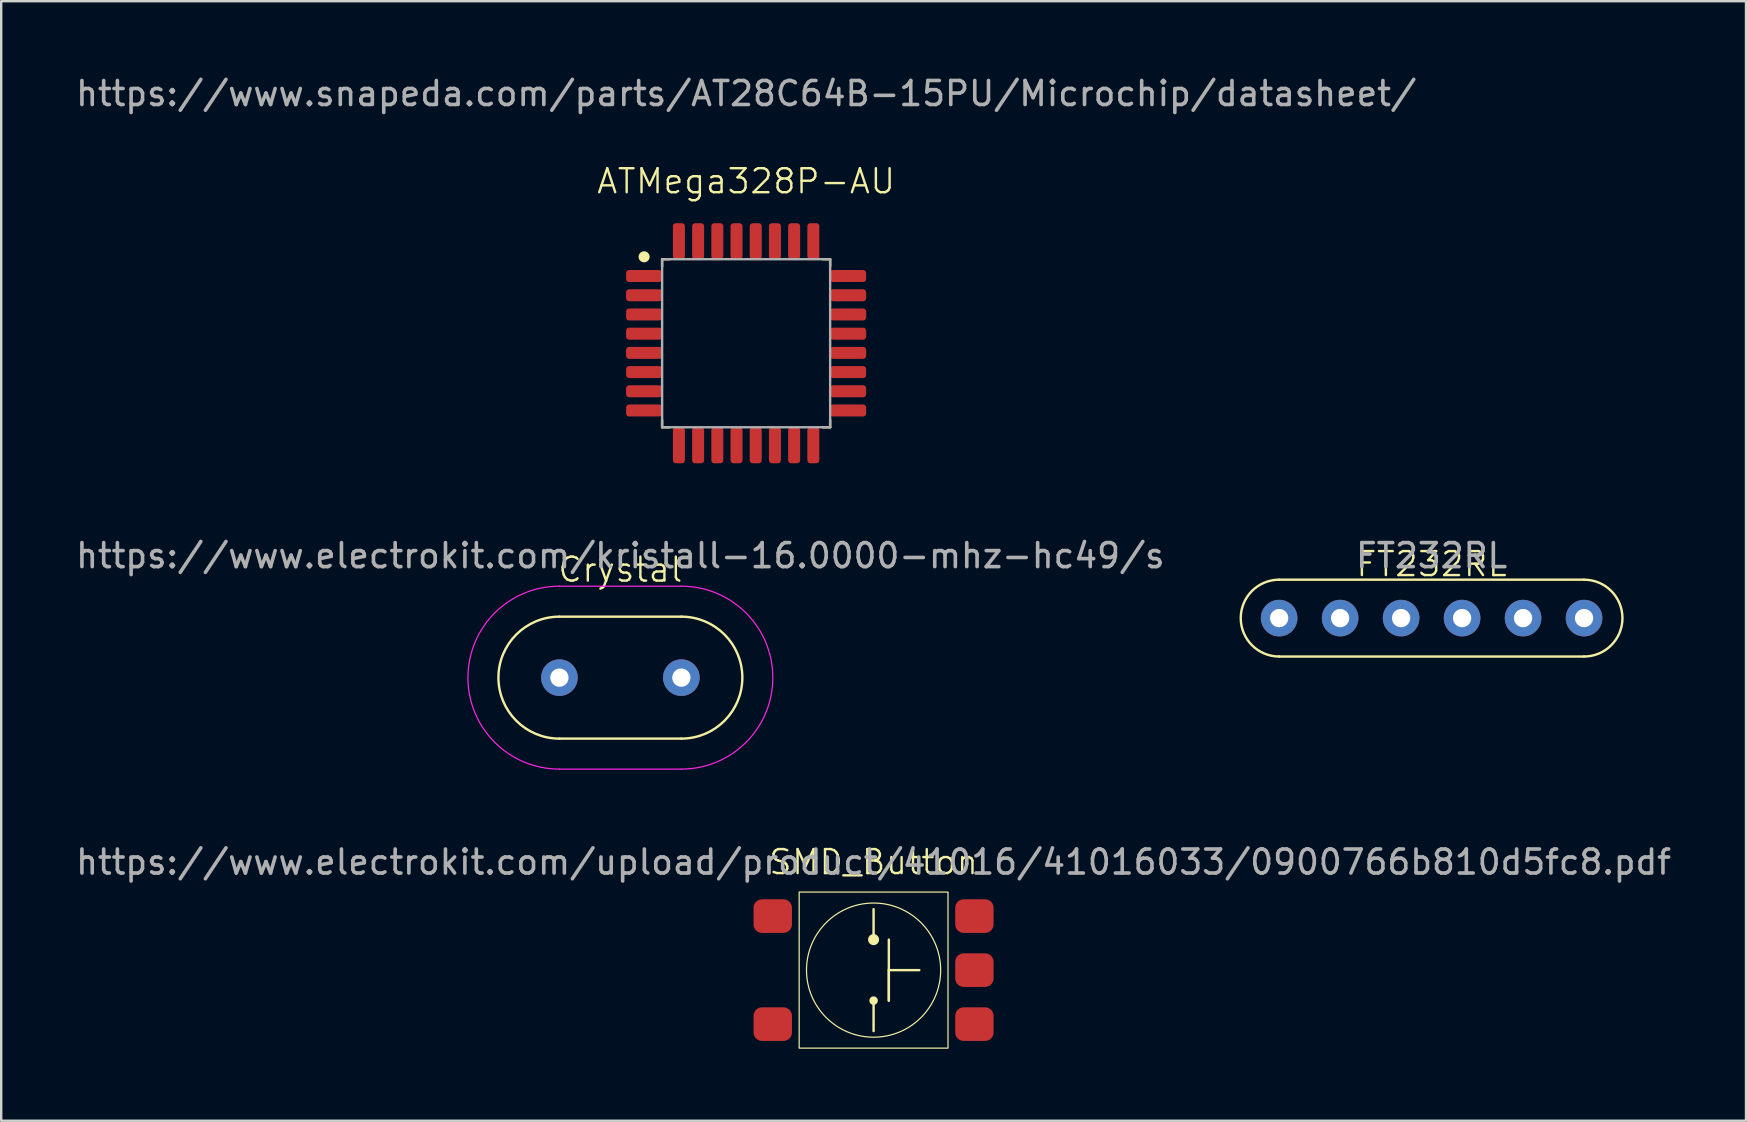
<source format=kicad_pcb>
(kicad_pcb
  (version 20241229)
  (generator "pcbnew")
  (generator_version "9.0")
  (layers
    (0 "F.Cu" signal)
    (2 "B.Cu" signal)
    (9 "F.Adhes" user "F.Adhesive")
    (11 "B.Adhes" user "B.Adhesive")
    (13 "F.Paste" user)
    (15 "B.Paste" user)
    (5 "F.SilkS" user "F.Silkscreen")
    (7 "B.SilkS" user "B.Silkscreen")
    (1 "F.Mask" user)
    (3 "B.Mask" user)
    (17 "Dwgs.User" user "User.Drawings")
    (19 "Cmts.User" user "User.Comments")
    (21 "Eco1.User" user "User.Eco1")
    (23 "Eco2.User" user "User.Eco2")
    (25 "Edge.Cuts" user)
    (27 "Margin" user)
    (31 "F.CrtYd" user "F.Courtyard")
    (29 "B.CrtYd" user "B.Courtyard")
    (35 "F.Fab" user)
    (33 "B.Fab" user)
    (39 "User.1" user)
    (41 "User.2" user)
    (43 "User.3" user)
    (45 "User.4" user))
  (footprint "Crystal"
    (layer "F.Cu")
    (at 22.792 25.177)
    (property "Reference" "Crystal" (at 0 -4.5 0) (unlocked yes) (layer "F.SilkS") (effects (font (size 1 1) (thickness 0.1))))
    (attr through_hole)
    (fp_line (start -2.54 2.54) (end 2.54 2.54) (stroke (width 0.1) (type default)) (layer "F.SilkS"))
    (fp_line (start 2.54 -2.54) (end -2.54 -2.54) (stroke (width 0.1) (type default)) (layer "F.SilkS"))
    (fp_arc (start -2.54 2.54) (mid -5.08 0) (end -2.54 -2.54) (stroke (width 0.1) (type default)) (layer "F.SilkS"))
    (fp_arc (start 2.54 -2.54) (mid 5.08 0) (end 2.54 2.54) (stroke (width 0.1) (type default)) (layer "F.SilkS"))
    (fp_line (start 2.54 -3.81) (end -2.54 -3.81) (stroke (width 0.05) (type default)) (layer "F.CrtYd"))
    (fp_line (start 2.54 3.81) (end -2.54 3.81) (stroke (width 0.05) (type default)) (layer "F.CrtYd"))
    (fp_arc (start -2.54 3.81) (mid -6.35 0) (end -2.54 -3.81) (stroke (width 0.05) (type default)) (layer "F.CrtYd"))
    (fp_arc (start 2.54 -3.81) (mid 6.35 0) (end 2.54 3.81) (stroke (width 0.05) (type default)) (layer "F.CrtYd"))
    (fp_text user "https://www.electrokit.com/kristall-16.0000-mhz-hc49/s" (at 0 -5.08 0) (unlocked yes) (layer "F.Fab") (effects (font (size 1 1) (thickness 0.15))))
    (pad "1" thru_hole circle (at -2.54 0) (size 1.524 1.524) (drill 0.762) (layers "*.Cu" "*.Mask"))
    (pad "2" thru_hole circle (at 2.54 0) (size 1.524 1.524) (drill 0.762) (layers "*.Cu" "*.Mask")))
  (footprint "FT232RL"
    (layer "F.Cu")
    (at 56.583 22.697)
    (property "Reference" "FT232RL" (at 0 -2.25 0) (unlocked yes) (layer "F.SilkS") (effects (font (size 1 1) (thickness 0.1))))
    (attr through_hole)
    (fp_line (start -6.35 -1.6) (end 6.35 -1.6) (stroke (width 0.1) (type default)) (layer "F.SilkS"))
    (fp_line (start 6.35 1.6) (end -6.35 1.6) (stroke (width 0.1) (type default)) (layer "F.SilkS"))
    (fp_arc (start -6.35 1.6) (mid -7.95 0) (end -6.35 -1.6) (stroke (width 0.1) (type default)) (layer "F.SilkS"))
    (fp_arc (start 6.35 -1.6) (mid 7.95 0) (end 6.35 1.6) (stroke (width 0.1) (type default)) (layer "F.SilkS"))
    (fp_text user "${REFERENCE}" (at 0 -2.6 0) (unlocked yes) (layer "F.Fab") (effects (font (size 1 1) (thickness 0.15))))
    (pad "1" thru_hole circle (at -6.35 0) (size 1.524 1.524) (drill 0.762) (layers "*.Cu" "*.Mask"))
    (pad "2" thru_hole circle (at -3.81 0) (size 1.524 1.524) (drill 0.762) (layers "*.Cu" "*.Mask"))
    (pad "3" thru_hole circle (at -1.27 0) (size 1.524 1.524) (drill 0.762) (layers "*.Cu" "*.Mask"))
    (pad "4" thru_hole circle (at 1.27 0) (size 1.524 1.524) (drill 0.762) (layers "*.Cu" "*.Mask"))
    (pad "5" thru_hole circle (at 3.81 0) (size 1.524 1.524) (drill 0.762) (layers "*.Cu" "*.Mask"))
    (pad "6" thru_hole circle (at 6.35 0) (size 1.524 1.524) (drill 0.762) (layers "*.Cu" "*.Mask")))
  (footprint "SMD_Button"
    (layer "F.Cu")
    (at 33.339 37.36)
    (property "Reference" "SMD_Button" (at 0 -4.5 0) (unlocked yes) (layer "F.SilkS") (effects (font (size 1 1) (thickness 0.1))))
    (attr smd)
    (fp_line (start 0 -1.27) (end 0 -2.54) (stroke (width 0.1) (type default)) (layer "F.SilkS"))
    (fp_line (start 0 1.27) (end 0 2.54) (stroke (width 0.1) (type default)) (layer "F.SilkS"))
    (fp_line (start 0.635 -1.27) (end 0.635 1.27) (stroke (width 0.1) (type default)) (layer "F.SilkS"))
    (fp_line (start 0.635 0) (end 1.905 0) (stroke (width 0.1) (type default)) (layer "F.SilkS"))
    (fp_line (start 0.635 1.27) (end 0.635 0) (stroke (width 0.1) (type default)) (layer "F.SilkS"))
    (fp_rect (start -3.1 -3.25) (end 3.1 3.25) (stroke (width 0.05) (type default)) (fill no) (layer "F.SilkS"))
    (fp_circle (center 0 -1.27) (end 0 -1.09) (stroke (width 0.1) (type solid)) (fill yes) (layer "F.SilkS"))
    (fp_circle (center 0 0) (end 2.794 0) (stroke (width 0.05) (type default)) (fill no) (layer "F.SilkS"))
    (fp_circle (center 0 1.27) (end 0 1.397) (stroke (width 0.1) (type solid)) (fill yes) (layer "F.SilkS"))
    (fp_text user "https://www.electrokit.com/upload/product/41016/41016033/0900766b810d5fc8.pdf" (at 0 -4.5 0) (unlocked yes) (layer "F.Fab") (effects (font (size 1 1) (thickness 0.15))))
    (pad "1" smd roundrect (at -4.2 -2.25) (size 1.6 1.4) (layers "F.Cu" "F.Mask" "F.Paste") (roundrect_rratio 0.25))
    (pad "1" smd roundrect (at 4.2 -2.25) (size 1.6 1.4) (layers "F.Cu" "F.Mask" "F.Paste") (roundrect_rratio 0.25))
    (pad "2" smd roundrect (at -4.2 2.25) (size 1.6 1.4) (layers "F.Cu" "F.Mask" "F.Paste") (roundrect_rratio 0.25))
    (pad "2" smd roundrect (at 4.2 2.25) (size 1.6 1.4) (layers "F.Cu" "F.Mask" "F.Paste") (roundrect_rratio 0.25))
    (pad "3" smd roundrect (at 4.2 0) (size 1.6 1.4) (layers "F.Cu" "F.Mask" "F.Paste") (roundrect_rratio 0.25)))
  (footprint "ATMega328P-AU"
    (layer "F.Cu")
    (at 28.03 11.248)
    (property "Reference" "ATMega328P-AU" (at 0 -6.75 0) (unlocked yes) (layer "F.SilkS") (effects (font (size 1 1) (thickness 0.1))))
    (attr smd)
    (fp_line (start -3.5 -3.5) (end -3.5 -3.2) (stroke (width 0.1) (type default)) (layer "F.SilkS"))
    (fp_line (start -3.5 -3.5) (end -3.2 -3.5) (stroke (width 0.1) (type default)) (layer "F.SilkS"))
    (fp_line (start -3.5 3.5) (end -3.5 3.2) (stroke (width 0.1) (type default)) (layer "F.SilkS"))
    (fp_line (start -3.5 3.5) (end -3.2 3.5) (stroke (width 0.1) (type default)) (layer "F.SilkS"))
    (fp_line (start 3.5 -3.5) (end 3.2 -3.5) (stroke (width 0.1) (type default)) (layer "F.SilkS"))
    (fp_line (start 3.5 -3.5) (end 3.5 -3.2) (stroke (width 0.1) (type default)) (layer "F.SilkS"))
    (fp_line (start 3.5 3.5) (end 3.2 3.5) (stroke (width 0.1) (type default)) (layer "F.SilkS"))
    (fp_line (start 3.5 3.5) (end 3.5 3.2) (stroke (width 0.1) (type default)) (layer "F.SilkS"))
    (fp_circle (center -4.25 -3.6) (end -4.07 -3.6) (stroke (width 0.1) (type solid)) (fill yes) (layer "F.SilkS"))
    (fp_rect (start -3.5 -3.5) (end 3.5 3.5) (stroke (width 0.1) (type solid)) (fill no) (layer "F.Fab"))
    (fp_text user "https://www.snapeda.com/parts/AT28C64B-15PU/Microchip/datasheet/" (at 0 -10.4 0) (unlocked yes) (layer "F.Fab") (effects (font (size 1 1) (thickness 0.15))))
    (pad "1" smd roundrect (at -3.5 -2.8) (size 1.5 0.5) (drill (offset -0.75 0)) (layers "F.Cu" "F.Mask" "F.Paste") (roundrect_rratio 0.25))
    (pad "2" smd roundrect (at -3.5 -2) (size 1.5 0.5) (drill (offset -0.75 0)) (layers "F.Cu" "F.Mask" "F.Paste") (roundrect_rratio 0.25))
    (pad "3" smd roundrect (at -3.5 -1.2) (size 1.5 0.5) (drill (offset -0.75 0)) (layers "F.Cu" "F.Mask" "F.Paste") (roundrect_rratio 0.25))
    (pad "4" smd roundrect (at -3.5 -0.4) (size 1.5 0.5) (drill (offset -0.75 0)) (layers "F.Cu" "F.Mask" "F.Paste") (roundrect_rratio 0.25))
    (pad "5" smd roundrect (at -3.5 0.4) (size 1.5 0.5) (drill (offset -0.75 0)) (layers "F.Cu" "F.Mask" "F.Paste") (roundrect_rratio 0.25))
    (pad "6" smd roundrect (at -3.5 1.2) (size 1.5 0.5) (drill (offset -0.75 0)) (layers "F.Cu" "F.Mask" "F.Paste") (roundrect_rratio 0.25))
    (pad "7" smd roundrect (at -3.5 2) (size 1.5 0.5) (drill (offset -0.75 0)) (layers "F.Cu" "F.Mask" "F.Paste") (roundrect_rratio 0.25))
    (pad "8" smd roundrect (at -3.5 2.8) (size 1.5 0.5) (drill (offset -0.75 0)) (layers "F.Cu" "F.Mask" "F.Paste") (roundrect_rratio 0.25))
    (pad "9" smd roundrect (at -2.8 3.5 90) (size 1.5 0.5) (drill (offset -0.75 0)) (layers "F.Cu" "F.Mask" "F.Paste") (roundrect_rratio 0.25))
    (pad "10" smd roundrect (at -2 3.5 90) (size 1.5 0.5) (drill (offset -0.75 0)) (layers "F.Cu" "F.Mask" "F.Paste") (roundrect_rratio 0.25))
    (pad "11" smd roundrect (at -1.2 3.5 90) (size 1.5 0.5) (drill (offset -0.75 0)) (layers "F.Cu" "F.Mask" "F.Paste") (roundrect_rratio 0.25))
    (pad "12" smd roundrect (at -0.4 3.5 90) (size 1.5 0.5) (drill (offset -0.75 0)) (layers "F.Cu" "F.Mask" "F.Paste") (roundrect_rratio 0.25))
    (pad "13" smd roundrect (at 0.4 3.5 90) (size 1.5 0.5) (drill (offset -0.75 0)) (layers "F.Cu" "F.Mask" "F.Paste") (roundrect_rratio 0.25))
    (pad "14" smd roundrect (at 1.2 3.5 90) (size 1.5 0.5) (drill (offset -0.75 0)) (layers "F.Cu" "F.Mask" "F.Paste") (roundrect_rratio 0.25))
    (pad "15" smd roundrect (at 2 3.5 90) (size 1.5 0.5) (drill (offset -0.75 0)) (layers "F.Cu" "F.Mask" "F.Paste") (roundrect_rratio 0.25))
    (pad "16" smd roundrect (at 2.8 3.5 90) (size 1.5 0.5) (drill (offset -0.75 0)) (layers "F.Cu" "F.Mask" "F.Paste") (roundrect_rratio 0.25))
    (pad "17" smd roundrect (at 3.5 2.8) (size 1.5 0.5) (drill (offset 0.75 0)) (layers "F.Cu" "F.Mask" "F.Paste") (roundrect_rratio 0.25))
    (pad "18" smd roundrect (at 3.5 2) (size 1.5 0.5) (drill (offset 0.75 0)) (layers "F.Cu" "F.Mask" "F.Paste") (roundrect_rratio 0.25))
    (pad "19" smd roundrect (at 3.5 1.2) (size 1.5 0.5) (drill (offset 0.75 0)) (layers "F.Cu" "F.Mask" "F.Paste") (roundrect_rratio 0.25))
    (pad "20" smd roundrect (at 3.5 0.4) (size 1.5 0.5) (drill (offset 0.75 0)) (layers "F.Cu" "F.Mask" "F.Paste") (roundrect_rratio 0.25))
    (pad "21" smd roundrect (at 3.5 -0.4) (size 1.5 0.5) (drill (offset 0.75 0)) (layers "F.Cu" "F.Mask" "F.Paste") (roundrect_rratio 0.25))
    (pad "22" smd roundrect (at 3.5 -1.2) (size 1.5 0.5) (drill (offset 0.75 0)) (layers "F.Cu" "F.Mask" "F.Paste") (roundrect_rratio 0.25))
    (pad "23" smd roundrect (at 3.5 -2) (size 1.5 0.5) (drill (offset 0.75 0)) (layers "F.Cu" "F.Mask" "F.Paste") (roundrect_rratio 0.25))
    (pad "24" smd roundrect (at 3.5 -2.8) (size 1.5 0.5) (drill (offset 0.75 0)) (layers "F.Cu" "F.Mask" "F.Paste") (roundrect_rratio 0.25))
    (pad "25" smd roundrect (at 2.8 -3.5 90) (size 1.5 0.5) (drill (offset 0.75 0)) (layers "F.Cu" "F.Mask" "F.Paste") (roundrect_rratio 0.25))
    (pad "26" smd roundrect (at 2 -3.5 90) (size 1.5 0.5) (drill (offset 0.75 0)) (layers "F.Cu" "F.Mask" "F.Paste") (roundrect_rratio 0.25))
    (pad "27" smd roundrect (at 1.2 -3.5 90) (size 1.5 0.5) (drill (offset 0.75 0)) (layers "F.Cu" "F.Mask" "F.Paste") (roundrect_rratio 0.25))
    (pad "28" smd roundrect (at 0.4 -3.5 90) (size 1.5 0.5) (drill (offset 0.75 0)) (layers "F.Cu" "F.Mask" "F.Paste") (roundrect_rratio 0.25))
    (pad "29" smd roundrect (at -0.4 -3.5 90) (size 1.5 0.5) (drill (offset 0.75 0)) (layers "F.Cu" "F.Mask" "F.Paste") (roundrect_rratio 0.25))
    (pad "30" smd roundrect (at -1.2 -3.5 90) (size 1.5 0.5) (drill (offset 0.75 0)) (layers "F.Cu" "F.Mask" "F.Paste") (roundrect_rratio 0.25))
    (pad "31" smd roundrect (at -2 -3.5 90) (size 1.5 0.5) (drill (offset 0.75 0)) (layers "F.Cu" "F.Mask" "F.Paste") (roundrect_rratio 0.25))
    (pad "32" smd roundrect (at -2.8 -3.5 90) (size 1.5 0.5) (drill (offset 0.75 0)) (layers "F.Cu" "F.Mask" "F.Paste") (roundrect_rratio 0.25)))
  (gr_rect
    (start -3 -3)
    (end 69.679 43.635)
    (stroke (width 0.1) (type default))
    (fill no)
    (layer "Edge.Cuts")))
</source>
